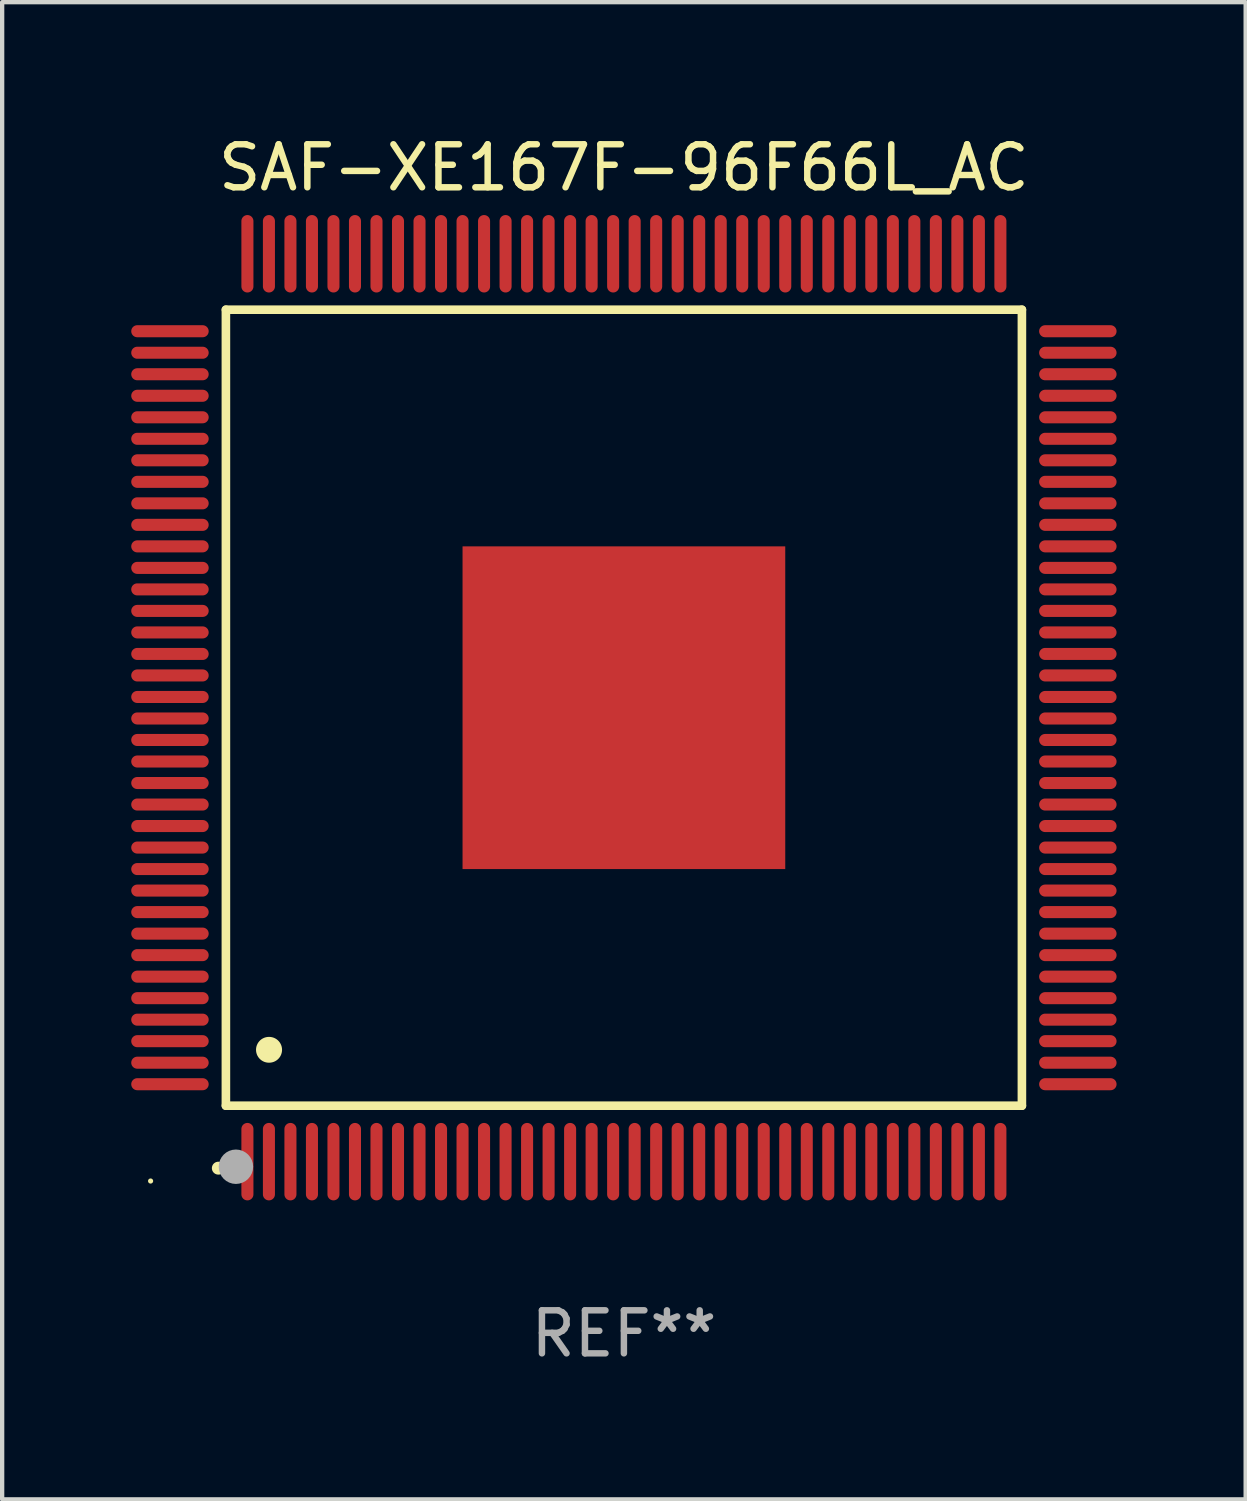
<source format=kicad_pcb>
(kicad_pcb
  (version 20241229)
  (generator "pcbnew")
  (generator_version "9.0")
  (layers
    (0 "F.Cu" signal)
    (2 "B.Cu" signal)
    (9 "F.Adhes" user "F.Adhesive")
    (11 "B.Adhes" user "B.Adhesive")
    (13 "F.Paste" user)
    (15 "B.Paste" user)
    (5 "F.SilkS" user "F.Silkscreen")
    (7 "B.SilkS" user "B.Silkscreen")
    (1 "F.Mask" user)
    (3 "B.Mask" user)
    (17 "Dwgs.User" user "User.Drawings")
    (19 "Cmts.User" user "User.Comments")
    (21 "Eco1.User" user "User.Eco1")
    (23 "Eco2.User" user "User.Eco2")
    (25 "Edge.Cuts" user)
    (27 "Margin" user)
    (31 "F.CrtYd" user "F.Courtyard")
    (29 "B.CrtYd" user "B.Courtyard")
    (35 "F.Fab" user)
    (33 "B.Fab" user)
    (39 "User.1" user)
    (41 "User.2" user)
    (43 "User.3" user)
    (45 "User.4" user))
  (footprint "SAF-XE167F-96F66L_AC"
    (layer "F.Cu")
    (at 11.45 13.398)
    (property "Reference" "SAF-XE167F-96F66L_AC" (at 0 -12.55 0) (layer "F.SilkS") (effects (font (size 1 1) (thickness 0.15))))
    (attr through_hole)
    (fp_line (start -9.25 -9.25) (end 9.25 -9.25) (stroke (width 0.2) (type solid)) (layer "F.SilkS"))
    (fp_line (start -9.25 9.25) (end -9.25 -9.25) (stroke (width 0.2) (type solid)) (layer "F.SilkS"))
    (fp_line (start 9.25 -9.25) (end 9.25 9.25) (stroke (width 0.2) (type solid)) (layer "F.SilkS"))
    (fp_line (start 9.25 9.25) (end -9.25 9.25) (stroke (width 0.2) (type solid)) (layer "F.SilkS"))
    (fp_arc (start -9.425959 10.701041) (mid -9.424689 10.701036) (end -9.423419 10.701041) (stroke (width 0.3) (type solid)) (layer "F.SilkS"))
    (fp_arc (start -8.249936 7.950216) (mid -8.247396 7.950205) (end -8.244856 7.950216) (stroke (width 0.6) (type solid)) (layer "F.SilkS"))
    (fp_circle (center -11 11) (end -10.97 11) (stroke (width 0.06) (type solid)) (fill no) (layer "F.SilkS"))
    (fp_circle (center -9.017 10.668) (end -8.817 10.668) (stroke (width 0.4) (type solid)) (fill no) (layer "F.Fab"))
    (fp_text user "REF**" (at 0 14.55 0) (layer "F.Fab") (effects (font (size 1 1) (thickness 0.15))))
    (pad "1" smd oval (at -8.75 10.55 180) (size 0.28 1.8) (layers "F.Cu" "F.Mask" "F.Paste"))
    (pad "2" smd oval (at -8.25 10.55 180) (size 0.28 1.8) (layers "F.Cu" "F.Mask" "F.Paste"))
    (pad "3" smd oval (at -7.75 10.55 180) (size 0.28 1.8) (layers "F.Cu" "F.Mask" "F.Paste"))
    (pad "4" smd oval (at -7.25 10.55 180) (size 0.28 1.8) (layers "F.Cu" "F.Mask" "F.Paste"))
    (pad "5" smd oval (at -6.75 10.55 180) (size 0.28 1.8) (layers "F.Cu" "F.Mask" "F.Paste"))
    (pad "6" smd oval (at -6.25 10.55 180) (size 0.28 1.8) (layers "F.Cu" "F.Mask" "F.Paste"))
    (pad "7" smd oval (at -5.75 10.55 180) (size 0.28 1.8) (layers "F.Cu" "F.Mask" "F.Paste"))
    (pad "8" smd oval (at -5.25 10.55 180) (size 0.28 1.8) (layers "F.Cu" "F.Mask" "F.Paste"))
    (pad "9" smd oval (at -4.75 10.55 180) (size 0.28 1.8) (layers "F.Cu" "F.Mask" "F.Paste"))
    (pad "10" smd oval (at -4.25 10.55 180) (size 0.28 1.8) (layers "F.Cu" "F.Mask" "F.Paste"))
    (pad "11" smd oval (at -3.75 10.55 180) (size 0.28 1.8) (layers "F.Cu" "F.Mask" "F.Paste"))
    (pad "12" smd oval (at -3.25 10.55 180) (size 0.28 1.8) (layers "F.Cu" "F.Mask" "F.Paste"))
    (pad "13" smd oval (at -2.75 10.55 180) (size 0.28 1.8) (layers "F.Cu" "F.Mask" "F.Paste"))
    (pad "14" smd oval (at -2.25 10.55 180) (size 0.28 1.8) (layers "F.Cu" "F.Mask" "F.Paste"))
    (pad "15" smd oval (at -1.75 10.55 180) (size 0.28 1.8) (layers "F.Cu" "F.Mask" "F.Paste"))
    (pad "16" smd oval (at -1.25 10.55 180) (size 0.28 1.8) (layers "F.Cu" "F.Mask" "F.Paste"))
    (pad "17" smd oval (at -0.75 10.55 180) (size 0.28 1.8) (layers "F.Cu" "F.Mask" "F.Paste"))
    (pad "18" smd oval (at -0.25 10.55 180) (size 0.28 1.8) (layers "F.Cu" "F.Mask" "F.Paste"))
    (pad "19" smd oval (at 0.25 10.55 180) (size 0.28 1.8) (layers "F.Cu" "F.Mask" "F.Paste"))
    (pad "20" smd oval (at 0.75 10.55 180) (size 0.28 1.8) (layers "F.Cu" "F.Mask" "F.Paste"))
    (pad "21" smd oval (at 1.25 10.55 180) (size 0.28 1.8) (layers "F.Cu" "F.Mask" "F.Paste"))
    (pad "22" smd oval (at 1.75 10.55 180) (size 0.28 1.8) (layers "F.Cu" "F.Mask" "F.Paste"))
    (pad "23" smd oval (at 2.25 10.55 180) (size 0.28 1.8) (layers "F.Cu" "F.Mask" "F.Paste"))
    (pad "24" smd oval (at 2.75 10.55 180) (size 0.28 1.8) (layers "F.Cu" "F.Mask" "F.Paste"))
    (pad "25" smd oval (at 3.25 10.55 180) (size 0.28 1.8) (layers "F.Cu" "F.Mask" "F.Paste"))
    (pad "26" smd oval (at 3.75 10.55 180) (size 0.28 1.8) (layers "F.Cu" "F.Mask" "F.Paste"))
    (pad "27" smd oval (at 4.25 10.55 180) (size 0.28 1.8) (layers "F.Cu" "F.Mask" "F.Paste"))
    (pad "28" smd oval (at 4.75 10.55 180) (size 0.28 1.8) (layers "F.Cu" "F.Mask" "F.Paste"))
    (pad "29" smd oval (at 5.25 10.55 180) (size 0.28 1.8) (layers "F.Cu" "F.Mask" "F.Paste"))
    (pad "30" smd oval (at 5.75 10.55 180) (size 0.28 1.8) (layers "F.Cu" "F.Mask" "F.Paste"))
    (pad "31" smd oval (at 6.25 10.55 180) (size 0.28 1.8) (layers "F.Cu" "F.Mask" "F.Paste"))
    (pad "32" smd oval (at 6.75 10.55 180) (size 0.28 1.8) (layers "F.Cu" "F.Mask" "F.Paste"))
    (pad "33" smd oval (at 7.25 10.55 180) (size 0.28 1.8) (layers "F.Cu" "F.Mask" "F.Paste"))
    (pad "34" smd oval (at 7.75 10.55 180) (size 0.28 1.8) (layers "F.Cu" "F.Mask" "F.Paste"))
    (pad "35" smd oval (at 8.25 10.55 180) (size 0.28 1.8) (layers "F.Cu" "F.Mask" "F.Paste"))
    (pad "36" smd oval (at 8.75 10.55 180) (size 0.28 1.8) (layers "F.Cu" "F.Mask" "F.Paste"))
    (pad "37" smd oval (at 10.55 8.75 90) (size 0.28 1.8) (layers "F.Cu" "F.Mask" "F.Paste"))
    (pad "38" smd oval (at 10.55 8.25 90) (size 0.28 1.8) (layers "F.Cu" "F.Mask" "F.Paste"))
    (pad "39" smd oval (at 10.55 7.75 90) (size 0.28 1.8) (layers "F.Cu" "F.Mask" "F.Paste"))
    (pad "40" smd oval (at 10.55 7.25 90) (size 0.28 1.8) (layers "F.Cu" "F.Mask" "F.Paste"))
    (pad "41" smd oval (at 10.55 6.75 90) (size 0.28 1.8) (layers "F.Cu" "F.Mask" "F.Paste"))
    (pad "42" smd oval (at 10.55 6.25 90) (size 0.28 1.8) (layers "F.Cu" "F.Mask" "F.Paste"))
    (pad "43" smd oval (at 10.55 5.75 90) (size 0.28 1.8) (layers "F.Cu" "F.Mask" "F.Paste"))
    (pad "44" smd oval (at 10.55 5.25 90) (size 0.28 1.8) (layers "F.Cu" "F.Mask" "F.Paste"))
    (pad "45" smd oval (at 10.55 4.75 90) (size 0.28 1.8) (layers "F.Cu" "F.Mask" "F.Paste"))
    (pad "46" smd oval (at 10.55 4.25 90) (size 0.28 1.8) (layers "F.Cu" "F.Mask" "F.Paste"))
    (pad "47" smd oval (at 10.55 3.75 90) (size 0.28 1.8) (layers "F.Cu" "F.Mask" "F.Paste"))
    (pad "48" smd oval (at 10.55 3.25 90) (size 0.28 1.8) (layers "F.Cu" "F.Mask" "F.Paste"))
    (pad "49" smd oval (at 10.55 2.75 90) (size 0.28 1.8) (layers "F.Cu" "F.Mask" "F.Paste"))
    (pad "50" smd oval (at 10.55 2.25 90) (size 0.28 1.8) (layers "F.Cu" "F.Mask" "F.Paste"))
    (pad "51" smd oval (at 10.55 1.75 90) (size 0.28 1.8) (layers "F.Cu" "F.Mask" "F.Paste"))
    (pad "52" smd oval (at 10.55 1.25 90) (size 0.28 1.8) (layers "F.Cu" "F.Mask" "F.Paste"))
    (pad "53" smd oval (at 10.55 0.75 90) (size 0.28 1.8) (layers "F.Cu" "F.Mask" "F.Paste"))
    (pad "54" smd oval (at 10.55 0.25 90) (size 0.28 1.8) (layers "F.Cu" "F.Mask" "F.Paste"))
    (pad "55" smd oval (at 10.55 -0.25 90) (size 0.28 1.8) (layers "F.Cu" "F.Mask" "F.Paste"))
    (pad "56" smd oval (at 10.55 -0.75 90) (size 0.28 1.8) (layers "F.Cu" "F.Mask" "F.Paste"))
    (pad "57" smd oval (at 10.55 -1.25 90) (size 0.28 1.8) (layers "F.Cu" "F.Mask" "F.Paste"))
    (pad "58" smd oval (at 10.55 -1.75 90) (size 0.28 1.8) (layers "F.Cu" "F.Mask" "F.Paste"))
    (pad "59" smd oval (at 10.55 -2.25 90) (size 0.28 1.8) (layers "F.Cu" "F.Mask" "F.Paste"))
    (pad "60" smd oval (at 10.55 -2.75 90) (size 0.28 1.8) (layers "F.Cu" "F.Mask" "F.Paste"))
    (pad "61" smd oval (at 10.55 -3.25 90) (size 0.28 1.8) (layers "F.Cu" "F.Mask" "F.Paste"))
    (pad "62" smd oval (at 10.55 -3.75 90) (size 0.28 1.8) (layers "F.Cu" "F.Mask" "F.Paste"))
    (pad "63" smd oval (at 10.55 -4.25 90) (size 0.28 1.8) (layers "F.Cu" "F.Mask" "F.Paste"))
    (pad "64" smd oval (at 10.55 -4.75 90) (size 0.28 1.8) (layers "F.Cu" "F.Mask" "F.Paste"))
    (pad "65" smd oval (at 10.55 -5.25 90) (size 0.28 1.8) (layers "F.Cu" "F.Mask" "F.Paste"))
    (pad "66" smd oval (at 10.55 -5.75 90) (size 0.28 1.8) (layers "F.Cu" "F.Mask" "F.Paste"))
    (pad "67" smd oval (at 10.55 -6.25 90) (size 0.28 1.8) (layers "F.Cu" "F.Mask" "F.Paste"))
    (pad "68" smd oval (at 10.55 -6.75 90) (size 0.28 1.8) (layers "F.Cu" "F.Mask" "F.Paste"))
    (pad "69" smd oval (at 10.55 -7.25 90) (size 0.28 1.8) (layers "F.Cu" "F.Mask" "F.Paste"))
    (pad "70" smd oval (at 10.55 -7.75 90) (size 0.28 1.8) (layers "F.Cu" "F.Mask" "F.Paste"))
    (pad "71" smd oval (at 10.55 -8.25 90) (size 0.28 1.8) (layers "F.Cu" "F.Mask" "F.Paste"))
    (pad "72" smd oval (at 10.55 -8.75 90) (size 0.28 1.8) (layers "F.Cu" "F.Mask" "F.Paste"))
    (pad "73" smd oval (at 8.75 -10.55 180) (size 0.28 1.8) (layers "F.Cu" "F.Mask" "F.Paste"))
    (pad "74" smd oval (at 8.25 -10.55 180) (size 0.28 1.8) (layers "F.Cu" "F.Mask" "F.Paste"))
    (pad "75" smd oval (at 7.75 -10.55 180) (size 0.28 1.8) (layers "F.Cu" "F.Mask" "F.Paste"))
    (pad "76" smd oval (at 7.25 -10.55 180) (size 0.28 1.8) (layers "F.Cu" "F.Mask" "F.Paste"))
    (pad "77" smd oval (at 6.75 -10.55 180) (size 0.28 1.8) (layers "F.Cu" "F.Mask" "F.Paste"))
    (pad "78" smd oval (at 6.25 -10.55 180) (size 0.28 1.8) (layers "F.Cu" "F.Mask" "F.Paste"))
    (pad "79" smd oval (at 5.75 -10.55 180) (size 0.28 1.8) (layers "F.Cu" "F.Mask" "F.Paste"))
    (pad "80" smd oval (at 5.25 -10.55 180) (size 0.28 1.8) (layers "F.Cu" "F.Mask" "F.Paste"))
    (pad "81" smd oval (at 4.75 -10.55 180) (size 0.28 1.8) (layers "F.Cu" "F.Mask" "F.Paste"))
    (pad "82" smd oval (at 4.25 -10.55 180) (size 0.28 1.8) (layers "F.Cu" "F.Mask" "F.Paste"))
    (pad "83" smd oval (at 3.75 -10.55 180) (size 0.28 1.8) (layers "F.Cu" "F.Mask" "F.Paste"))
    (pad "84" smd oval (at 3.25 -10.55 180) (size 0.28 1.8) (layers "F.Cu" "F.Mask" "F.Paste"))
    (pad "85" smd oval (at 2.75 -10.55 180) (size 0.28 1.8) (layers "F.Cu" "F.Mask" "F.Paste"))
    (pad "86" smd oval (at 2.25 -10.55 180) (size 0.28 1.8) (layers "F.Cu" "F.Mask" "F.Paste"))
    (pad "87" smd oval (at 1.75 -10.55 180) (size 0.28 1.8) (layers "F.Cu" "F.Mask" "F.Paste"))
    (pad "88" smd oval (at 1.25 -10.55 180) (size 0.28 1.8) (layers "F.Cu" "F.Mask" "F.Paste"))
    (pad "89" smd oval (at 0.75 -10.55 180) (size 0.28 1.8) (layers "F.Cu" "F.Mask" "F.Paste"))
    (pad "90" smd oval (at 0.25 -10.55 180) (size 0.28 1.8) (layers "F.Cu" "F.Mask" "F.Paste"))
    (pad "91" smd oval (at -0.25 -10.55 180) (size 0.28 1.8) (layers "F.Cu" "F.Mask" "F.Paste"))
    (pad "92" smd oval (at -0.75 -10.55 180) (size 0.28 1.8) (layers "F.Cu" "F.Mask" "F.Paste"))
    (pad "93" smd oval (at -1.25 -10.55 180) (size 0.28 1.8) (layers "F.Cu" "F.Mask" "F.Paste"))
    (pad "94" smd oval (at -1.75 -10.55 180) (size 0.28 1.8) (layers "F.Cu" "F.Mask" "F.Paste"))
    (pad "95" smd oval (at -2.25 -10.55 180) (size 0.28 1.8) (layers "F.Cu" "F.Mask" "F.Paste"))
    (pad "96" smd oval (at -2.75 -10.55 180) (size 0.28 1.8) (layers "F.Cu" "F.Mask" "F.Paste"))
    (pad "97" smd oval (at -3.25 -10.55 180) (size 0.28 1.8) (layers "F.Cu" "F.Mask" "F.Paste"))
    (pad "98" smd oval (at -3.75 -10.55 180) (size 0.28 1.8) (layers "F.Cu" "F.Mask" "F.Paste"))
    (pad "99" smd oval (at -4.25 -10.55 180) (size 0.28 1.8) (layers "F.Cu" "F.Mask" "F.Paste"))
    (pad "100" smd oval (at -4.75 -10.55 180) (size 0.28 1.8) (layers "F.Cu" "F.Mask" "F.Paste"))
    (pad "101" smd oval (at -5.25 -10.55 180) (size 0.28 1.8) (layers "F.Cu" "F.Mask" "F.Paste"))
    (pad "102" smd oval (at -5.75 -10.55 180) (size 0.28 1.8) (layers "F.Cu" "F.Mask" "F.Paste"))
    (pad "103" smd oval (at -6.25 -10.55 180) (size 0.28 1.8) (layers "F.Cu" "F.Mask" "F.Paste"))
    (pad "104" smd oval (at -6.75 -10.55 180) (size 0.28 1.8) (layers "F.Cu" "F.Mask" "F.Paste"))
    (pad "105" smd oval (at -7.25 -10.55 180) (size 0.28 1.8) (layers "F.Cu" "F.Mask" "F.Paste"))
    (pad "106" smd oval (at -7.75 -10.55 180) (size 0.28 1.8) (layers "F.Cu" "F.Mask" "F.Paste"))
    (pad "107" smd oval (at -8.25 -10.55 180) (size 0.28 1.8) (layers "F.Cu" "F.Mask" "F.Paste"))
    (pad "108" smd oval (at -8.75 -10.55 180) (size 0.28 1.8) (layers "F.Cu" "F.Mask" "F.Paste"))
    (pad "109" smd oval (at -10.55 -8.75 90) (size 0.28 1.8) (layers "F.Cu" "F.Mask" "F.Paste"))
    (pad "110" smd oval (at -10.55 -8.25 90) (size 0.28 1.8) (layers "F.Cu" "F.Mask" "F.Paste"))
    (pad "111" smd oval (at -10.55 -7.75 90) (size 0.28 1.8) (layers "F.Cu" "F.Mask" "F.Paste"))
    (pad "112" smd oval (at -10.55 -7.25 90) (size 0.28 1.8) (layers "F.Cu" "F.Mask" "F.Paste"))
    (pad "113" smd oval (at -10.55 -6.75 90) (size 0.28 1.8) (layers "F.Cu" "F.Mask" "F.Paste"))
    (pad "114" smd oval (at -10.55 -6.25 90) (size 0.28 1.8) (layers "F.Cu" "F.Mask" "F.Paste"))
    (pad "115" smd oval (at -10.55 -5.75 90) (size 0.28 1.8) (layers "F.Cu" "F.Mask" "F.Paste"))
    (pad "116" smd oval (at -10.55 -5.25 90) (size 0.28 1.8) (layers "F.Cu" "F.Mask" "F.Paste"))
    (pad "117" smd oval (at -10.55 -4.75 90) (size 0.28 1.8) (layers "F.Cu" "F.Mask" "F.Paste"))
    (pad "118" smd oval (at -10.55 -4.25 90) (size 0.28 1.8) (layers "F.Cu" "F.Mask" "F.Paste"))
    (pad "119" smd oval (at -10.55 -3.75 90) (size 0.28 1.8) (layers "F.Cu" "F.Mask" "F.Paste"))
    (pad "120" smd oval (at -10.55 -3.25 90) (size 0.28 1.8) (layers "F.Cu" "F.Mask" "F.Paste"))
    (pad "121" smd oval (at -10.55 -2.75 90) (size 0.28 1.8) (layers "F.Cu" "F.Mask" "F.Paste"))
    (pad "122" smd oval (at -10.55 -2.25 90) (size 0.28 1.8) (layers "F.Cu" "F.Mask" "F.Paste"))
    (pad "123" smd oval (at -10.55 -1.75 90) (size 0.28 1.8) (layers "F.Cu" "F.Mask" "F.Paste"))
    (pad "124" smd oval (at -10.55 -1.25 90) (size 0.28 1.8) (layers "F.Cu" "F.Mask" "F.Paste"))
    (pad "125" smd oval (at -10.55 -0.75 90) (size 0.28 1.8) (layers "F.Cu" "F.Mask" "F.Paste"))
    (pad "126" smd oval (at -10.55 -0.25 90) (size 0.28 1.8) (layers "F.Cu" "F.Mask" "F.Paste"))
    (pad "127" smd oval (at -10.55 0.25 90) (size 0.28 1.8) (layers "F.Cu" "F.Mask" "F.Paste"))
    (pad "128" smd oval (at -10.55 0.75 90) (size 0.28 1.8) (layers "F.Cu" "F.Mask" "F.Paste"))
    (pad "129" smd oval (at -10.55 1.25 90) (size 0.28 1.8) (layers "F.Cu" "F.Mask" "F.Paste"))
    (pad "130" smd oval (at -10.55 1.75 90) (size 0.28 1.8) (layers "F.Cu" "F.Mask" "F.Paste"))
    (pad "131" smd oval (at -10.55 2.25 90) (size 0.28 1.8) (layers "F.Cu" "F.Mask" "F.Paste"))
    (pad "132" smd oval (at -10.55 2.75 90) (size 0.28 1.8) (layers "F.Cu" "F.Mask" "F.Paste"))
    (pad "133" smd oval (at -10.55 3.25 90) (size 0.28 1.8) (layers "F.Cu" "F.Mask" "F.Paste"))
    (pad "134" smd oval (at -10.55 3.75 90) (size 0.28 1.8) (layers "F.Cu" "F.Mask" "F.Paste"))
    (pad "135" smd oval (at -10.55 4.25 90) (size 0.28 1.8) (layers "F.Cu" "F.Mask" "F.Paste"))
    (pad "136" smd oval (at -10.55 4.75 90) (size 0.28 1.8) (layers "F.Cu" "F.Mask" "F.Paste"))
    (pad "137" smd oval (at -10.55 5.25 90) (size 0.28 1.8) (layers "F.Cu" "F.Mask" "F.Paste"))
    (pad "138" smd oval (at -10.55 5.75 90) (size 0.28 1.8) (layers "F.Cu" "F.Mask" "F.Paste"))
    (pad "139" smd oval (at -10.55 6.25 90) (size 0.28 1.8) (layers "F.Cu" "F.Mask" "F.Paste"))
    (pad "140" smd oval (at -10.55 6.75 90) (size 0.28 1.8) (layers "F.Cu" "F.Mask" "F.Paste"))
    (pad "141" smd oval (at -10.55 7.25 90) (size 0.28 1.8) (layers "F.Cu" "F.Mask" "F.Paste"))
    (pad "142" smd oval (at -10.55 7.75 90) (size 0.28 1.8) (layers "F.Cu" "F.Mask" "F.Paste"))
    (pad "143" smd oval (at -10.55 8.25 90) (size 0.28 1.8) (layers "F.Cu" "F.Mask" "F.Paste"))
    (pad "144" smd oval (at -10.55 8.75 90) (size 0.28 1.8) (layers "F.Cu" "F.Mask" "F.Paste"))
    (pad "145" smd rect (at 0 0 90) (size 7.5 7.5) (layers "F.Cu" "F.Mask" "F.Paste")))
  (gr_rect
    (start -3 -3)
    (end 25.9 31.796)
    (stroke (width 0.1) (type default))
    (fill no)
    (layer "Edge.Cuts")))
</source>
